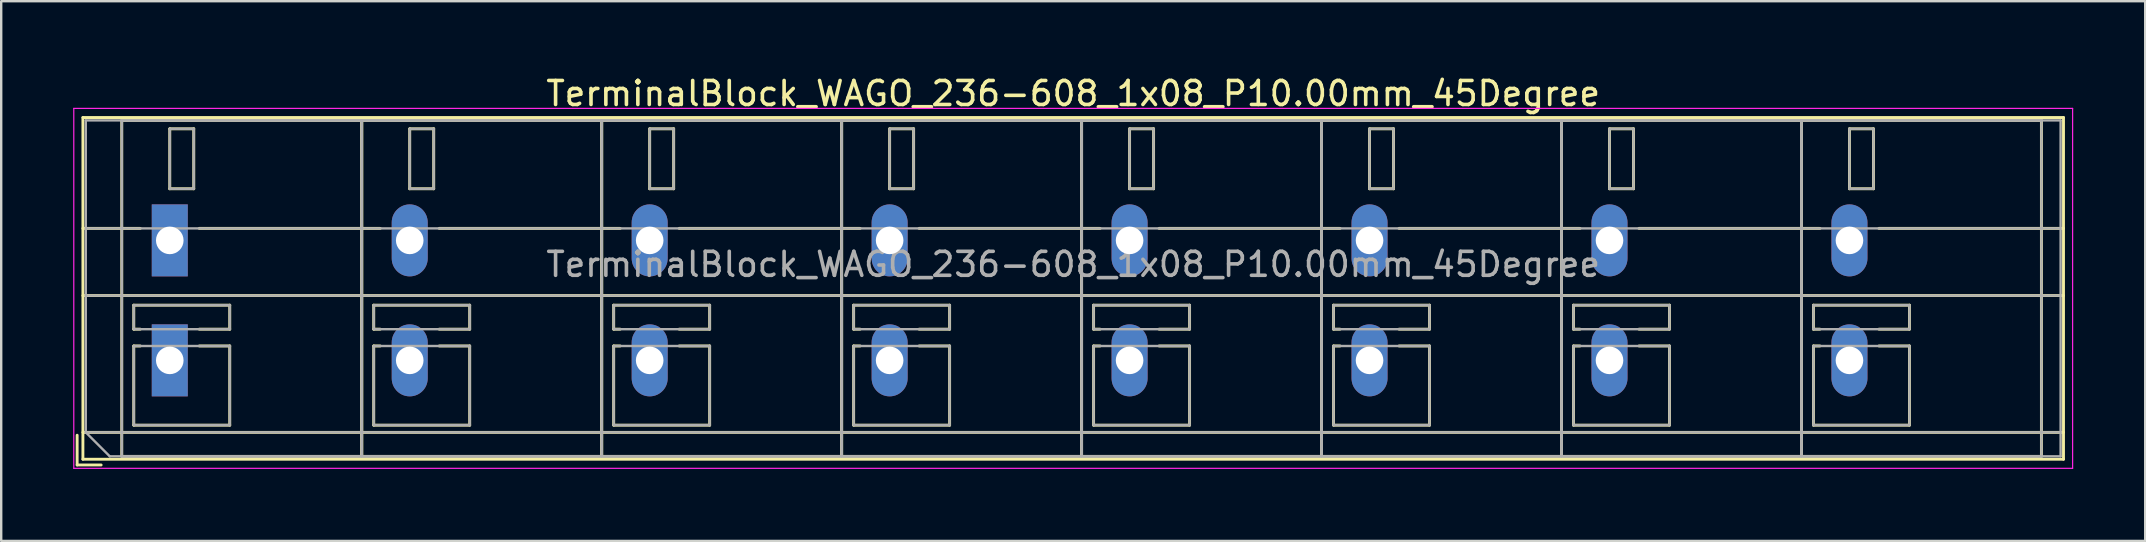
<source format=kicad_pcb>
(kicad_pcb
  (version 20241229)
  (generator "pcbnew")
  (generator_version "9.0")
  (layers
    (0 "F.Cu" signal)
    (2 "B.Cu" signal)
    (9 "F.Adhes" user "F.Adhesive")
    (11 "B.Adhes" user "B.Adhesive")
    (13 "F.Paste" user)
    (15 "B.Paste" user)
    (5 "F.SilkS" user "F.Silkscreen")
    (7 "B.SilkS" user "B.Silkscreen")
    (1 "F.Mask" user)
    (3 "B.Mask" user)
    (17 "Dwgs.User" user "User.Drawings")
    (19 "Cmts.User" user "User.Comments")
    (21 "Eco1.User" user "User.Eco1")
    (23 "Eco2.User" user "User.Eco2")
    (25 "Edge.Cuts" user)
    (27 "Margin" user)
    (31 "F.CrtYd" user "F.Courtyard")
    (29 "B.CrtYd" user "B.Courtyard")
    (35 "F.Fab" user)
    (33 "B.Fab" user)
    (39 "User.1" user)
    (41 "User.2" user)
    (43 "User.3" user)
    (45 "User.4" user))
  (footprint "TerminalBlock_WAGO_236-608_1x08_P10.00mm_45Degree"
    (layer "F.Cu")
    (at 4.025 6.968)
    (property "Reference" "TerminalBlock_WAGO_236-608_1x08_P10.00mm_45Degree" (at 37.65 -6.12 0) (layer "F.SilkS") (effects (font (size 1 1) (thickness 0.15))))
    (attr through_hole)
    (fp_line (start -3.86 8.12) (end -3.86 9.36) (stroke (width 0.12) (type solid)) (layer "F.SilkS"))
    (fp_line (start -3.86 9.36) (end -2.86 9.36) (stroke (width 0.12) (type solid)) (layer "F.SilkS"))
    (fp_line (start -3.62 -5.12) (end -3.62 9.12) (stroke (width 0.12) (type solid)) (layer "F.SilkS"))
    (fp_line (start -3.62 -5.12) (end 78.92 -5.12) (stroke (width 0.12) (type solid)) (layer "F.SilkS"))
    (fp_line (start -3.62 -0.5) (end -1.23 -0.5) (stroke (width 0.12) (type solid)) (layer "F.SilkS"))
    (fp_line (start -3.62 2.3) (end 78.92 2.3) (stroke (width 0.12) (type solid)) (layer "F.SilkS"))
    (fp_line (start -3.62 8) (end 78.92 8) (stroke (width 0.12) (type solid)) (layer "F.SilkS"))
    (fp_line (start -3.62 9.12) (end 78.92 9.12) (stroke (width 0.12) (type solid)) (layer "F.SilkS"))
    (fp_line (start -2 -5) (end -2 9) (stroke (width 0.12) (type solid)) (layer "F.SilkS"))
    (fp_line (start -2 -5) (end 8 -5) (stroke (width 0.12) (type solid)) (layer "F.SilkS"))
    (fp_line (start -2 9) (end 8 9) (stroke (width 0.12) (type solid)) (layer "F.SilkS"))
    (fp_line (start -1.5 2.7) (end -1.5 3.7) (stroke (width 0.12) (type solid)) (layer "F.SilkS"))
    (fp_line (start -1.5 2.7) (end 2.5 2.7) (stroke (width 0.12) (type solid)) (layer "F.SilkS"))
    (fp_line (start -1.5 3.7) (end -1.23 3.7) (stroke (width 0.12) (type solid)) (layer "F.SilkS"))
    (fp_line (start -1.5 4.4) (end -1.5 7.7) (stroke (width 0.12) (type solid)) (layer "F.SilkS"))
    (fp_line (start -1.5 4.4) (end -1.23 4.4) (stroke (width 0.12) (type solid)) (layer "F.SilkS"))
    (fp_line (start -1.5 7.7) (end 2.5 7.7) (stroke (width 0.12) (type solid)) (layer "F.SilkS"))
    (fp_line (start 0 -4.65) (end 0 -2.151) (stroke (width 0.12) (type solid)) (layer "F.SilkS"))
    (fp_line (start 0 -4.65) (end 1 -4.65) (stroke (width 0.12) (type solid)) (layer "F.SilkS"))
    (fp_line (start 0 -2.151) (end 1 -2.151) (stroke (width 0.12) (type solid)) (layer "F.SilkS"))
    (fp_line (start 1 -4.65) (end 1 -2.151) (stroke (width 0.12) (type solid)) (layer "F.SilkS"))
    (fp_line (start 1.23 -0.5) (end 8.77 -0.5) (stroke (width 0.12) (type solid)) (layer "F.SilkS"))
    (fp_line (start 1.23 3.7) (end 2.5 3.7) (stroke (width 0.12) (type solid)) (layer "F.SilkS"))
    (fp_line (start 1.23 4.4) (end 2.5 4.4) (stroke (width 0.12) (type solid)) (layer "F.SilkS"))
    (fp_line (start 2.5 2.7) (end 2.5 3.7) (stroke (width 0.12) (type solid)) (layer "F.SilkS"))
    (fp_line (start 2.5 4.4) (end 2.5 7.7) (stroke (width 0.12) (type solid)) (layer "F.SilkS"))
    (fp_line (start 8 -5) (end 8 9) (stroke (width 0.12) (type solid)) (layer "F.SilkS"))
    (fp_line (start 8 -5) (end 8 9) (stroke (width 0.12) (type solid)) (layer "F.SilkS"))
    (fp_line (start 8 -5) (end 18 -5) (stroke (width 0.12) (type solid)) (layer "F.SilkS"))
    (fp_line (start 8 9) (end 18 9) (stroke (width 0.12) (type solid)) (layer "F.SilkS"))
    (fp_line (start 8.5 2.7) (end 8.5 3.7) (stroke (width 0.12) (type solid)) (layer "F.SilkS"))
    (fp_line (start 8.5 2.7) (end 12.5 2.7) (stroke (width 0.12) (type solid)) (layer "F.SilkS"))
    (fp_line (start 8.5 3.7) (end 8.77 3.7) (stroke (width 0.12) (type solid)) (layer "F.SilkS"))
    (fp_line (start 8.5 4.4) (end 8.5 7.7) (stroke (width 0.12) (type solid)) (layer "F.SilkS"))
    (fp_line (start 8.5 4.4) (end 8.77 4.4) (stroke (width 0.12) (type solid)) (layer "F.SilkS"))
    (fp_line (start 8.5 7.7) (end 12.5 7.7) (stroke (width 0.12) (type solid)) (layer "F.SilkS"))
    (fp_line (start 10 -4.65) (end 10 -2.151) (stroke (width 0.12) (type solid)) (layer "F.SilkS"))
    (fp_line (start 10 -4.65) (end 11 -4.65) (stroke (width 0.12) (type solid)) (layer "F.SilkS"))
    (fp_line (start 10 -2.151) (end 11 -2.151) (stroke (width 0.12) (type solid)) (layer "F.SilkS"))
    (fp_line (start 11 -4.65) (end 11 -2.151) (stroke (width 0.12) (type solid)) (layer "F.SilkS"))
    (fp_line (start 11.23 -0.5) (end 18.77 -0.5) (stroke (width 0.12) (type solid)) (layer "F.SilkS"))
    (fp_line (start 11.23 3.7) (end 12.5 3.7) (stroke (width 0.12) (type solid)) (layer "F.SilkS"))
    (fp_line (start 11.23 4.4) (end 12.5 4.4) (stroke (width 0.12) (type solid)) (layer "F.SilkS"))
    (fp_line (start 12.5 2.7) (end 12.5 3.7) (stroke (width 0.12) (type solid)) (layer "F.SilkS"))
    (fp_line (start 12.5 4.4) (end 12.5 7.7) (stroke (width 0.12) (type solid)) (layer "F.SilkS"))
    (fp_line (start 18 -5) (end 18 9) (stroke (width 0.12) (type solid)) (layer "F.SilkS"))
    (fp_line (start 18 -5) (end 18 9) (stroke (width 0.12) (type solid)) (layer "F.SilkS"))
    (fp_line (start 18 -5) (end 28 -5) (stroke (width 0.12) (type solid)) (layer "F.SilkS"))
    (fp_line (start 18 9) (end 28 9) (stroke (width 0.12) (type solid)) (layer "F.SilkS"))
    (fp_line (start 18.5 2.7) (end 18.5 3.7) (stroke (width 0.12) (type solid)) (layer "F.SilkS"))
    (fp_line (start 18.5 2.7) (end 22.5 2.7) (stroke (width 0.12) (type solid)) (layer "F.SilkS"))
    (fp_line (start 18.5 3.7) (end 18.77 3.7) (stroke (width 0.12) (type solid)) (layer "F.SilkS"))
    (fp_line (start 18.5 4.4) (end 18.5 7.7) (stroke (width 0.12) (type solid)) (layer "F.SilkS"))
    (fp_line (start 18.5 4.4) (end 18.77 4.4) (stroke (width 0.12) (type solid)) (layer "F.SilkS"))
    (fp_line (start 18.5 7.7) (end 22.5 7.7) (stroke (width 0.12) (type solid)) (layer "F.SilkS"))
    (fp_line (start 20 -4.65) (end 20 -2.151) (stroke (width 0.12) (type solid)) (layer "F.SilkS"))
    (fp_line (start 20 -4.65) (end 21 -4.65) (stroke (width 0.12) (type solid)) (layer "F.SilkS"))
    (fp_line (start 20 -2.151) (end 21 -2.151) (stroke (width 0.12) (type solid)) (layer "F.SilkS"))
    (fp_line (start 21 -4.65) (end 21 -2.151) (stroke (width 0.12) (type solid)) (layer "F.SilkS"))
    (fp_line (start 21.23 -0.5) (end 28.77 -0.5) (stroke (width 0.12) (type solid)) (layer "F.SilkS"))
    (fp_line (start 21.23 3.7) (end 22.5 3.7) (stroke (width 0.12) (type solid)) (layer "F.SilkS"))
    (fp_line (start 21.23 4.4) (end 22.5 4.4) (stroke (width 0.12) (type solid)) (layer "F.SilkS"))
    (fp_line (start 22.5 2.7) (end 22.5 3.7) (stroke (width 0.12) (type solid)) (layer "F.SilkS"))
    (fp_line (start 22.5 4.4) (end 22.5 7.7) (stroke (width 0.12) (type solid)) (layer "F.SilkS"))
    (fp_line (start 28 -5) (end 28 9) (stroke (width 0.12) (type solid)) (layer "F.SilkS"))
    (fp_line (start 28 -5) (end 28 9) (stroke (width 0.12) (type solid)) (layer "F.SilkS"))
    (fp_line (start 28 -5) (end 38 -5) (stroke (width 0.12) (type solid)) (layer "F.SilkS"))
    (fp_line (start 28 9) (end 38 9) (stroke (width 0.12) (type solid)) (layer "F.SilkS"))
    (fp_line (start 28.5 2.7) (end 28.5 3.7) (stroke (width 0.12) (type solid)) (layer "F.SilkS"))
    (fp_line (start 28.5 2.7) (end 32.5 2.7) (stroke (width 0.12) (type solid)) (layer "F.SilkS"))
    (fp_line (start 28.5 3.7) (end 28.77 3.7) (stroke (width 0.12) (type solid)) (layer "F.SilkS"))
    (fp_line (start 28.5 4.4) (end 28.5 7.7) (stroke (width 0.12) (type solid)) (layer "F.SilkS"))
    (fp_line (start 28.5 4.4) (end 28.77 4.4) (stroke (width 0.12) (type solid)) (layer "F.SilkS"))
    (fp_line (start 28.5 7.7) (end 32.5 7.7) (stroke (width 0.12) (type solid)) (layer "F.SilkS"))
    (fp_line (start 30 -4.65) (end 30 -2.151) (stroke (width 0.12) (type solid)) (layer "F.SilkS"))
    (fp_line (start 30 -4.65) (end 31 -4.65) (stroke (width 0.12) (type solid)) (layer "F.SilkS"))
    (fp_line (start 30 -2.151) (end 31 -2.151) (stroke (width 0.12) (type solid)) (layer "F.SilkS"))
    (fp_line (start 31 -4.65) (end 31 -2.151) (stroke (width 0.12) (type solid)) (layer "F.SilkS"))
    (fp_line (start 31.23 -0.5) (end 38.77 -0.5) (stroke (width 0.12) (type solid)) (layer "F.SilkS"))
    (fp_line (start 31.23 3.7) (end 32.5 3.7) (stroke (width 0.12) (type solid)) (layer "F.SilkS"))
    (fp_line (start 31.23 4.4) (end 32.5 4.4) (stroke (width 0.12) (type solid)) (layer "F.SilkS"))
    (fp_line (start 32.5 2.7) (end 32.5 3.7) (stroke (width 0.12) (type solid)) (layer "F.SilkS"))
    (fp_line (start 32.5 4.4) (end 32.5 7.7) (stroke (width 0.12) (type solid)) (layer "F.SilkS"))
    (fp_line (start 38 -5) (end 38 9) (stroke (width 0.12) (type solid)) (layer "F.SilkS"))
    (fp_line (start 38 -5) (end 38 9) (stroke (width 0.12) (type solid)) (layer "F.SilkS"))
    (fp_line (start 38 -5) (end 48 -5) (stroke (width 0.12) (type solid)) (layer "F.SilkS"))
    (fp_line (start 38 9) (end 48 9) (stroke (width 0.12) (type solid)) (layer "F.SilkS"))
    (fp_line (start 38.5 2.7) (end 38.5 3.7) (stroke (width 0.12) (type solid)) (layer "F.SilkS"))
    (fp_line (start 38.5 2.7) (end 42.5 2.7) (stroke (width 0.12) (type solid)) (layer "F.SilkS"))
    (fp_line (start 38.5 3.7) (end 38.77 3.7) (stroke (width 0.12) (type solid)) (layer "F.SilkS"))
    (fp_line (start 38.5 4.4) (end 38.5 7.7) (stroke (width 0.12) (type solid)) (layer "F.SilkS"))
    (fp_line (start 38.5 4.4) (end 38.77 4.4) (stroke (width 0.12) (type solid)) (layer "F.SilkS"))
    (fp_line (start 38.5 7.7) (end 42.5 7.7) (stroke (width 0.12) (type solid)) (layer "F.SilkS"))
    (fp_line (start 40 -4.65) (end 40 -2.151) (stroke (width 0.12) (type solid)) (layer "F.SilkS"))
    (fp_line (start 40 -4.65) (end 41 -4.65) (stroke (width 0.12) (type solid)) (layer "F.SilkS"))
    (fp_line (start 40 -2.151) (end 41 -2.151) (stroke (width 0.12) (type solid)) (layer "F.SilkS"))
    (fp_line (start 41 -4.65) (end 41 -2.151) (stroke (width 0.12) (type solid)) (layer "F.SilkS"))
    (fp_line (start 41.23 -0.5) (end 48.77 -0.5) (stroke (width 0.12) (type solid)) (layer "F.SilkS"))
    (fp_line (start 41.23 3.7) (end 42.5 3.7) (stroke (width 0.12) (type solid)) (layer "F.SilkS"))
    (fp_line (start 41.23 4.4) (end 42.5 4.4) (stroke (width 0.12) (type solid)) (layer "F.SilkS"))
    (fp_line (start 42.5 2.7) (end 42.5 3.7) (stroke (width 0.12) (type solid)) (layer "F.SilkS"))
    (fp_line (start 42.5 4.4) (end 42.5 7.7) (stroke (width 0.12) (type solid)) (layer "F.SilkS"))
    (fp_line (start 48 -5) (end 48 9) (stroke (width 0.12) (type solid)) (layer "F.SilkS"))
    (fp_line (start 48 -5) (end 48 9) (stroke (width 0.12) (type solid)) (layer "F.SilkS"))
    (fp_line (start 48 -5) (end 58 -5) (stroke (width 0.12) (type solid)) (layer "F.SilkS"))
    (fp_line (start 48 9) (end 58 9) (stroke (width 0.12) (type solid)) (layer "F.SilkS"))
    (fp_line (start 48.5 2.7) (end 48.5 3.7) (stroke (width 0.12) (type solid)) (layer "F.SilkS"))
    (fp_line (start 48.5 2.7) (end 52.5 2.7) (stroke (width 0.12) (type solid)) (layer "F.SilkS"))
    (fp_line (start 48.5 3.7) (end 48.77 3.7) (stroke (width 0.12) (type solid)) (layer "F.SilkS"))
    (fp_line (start 48.5 4.4) (end 48.5 7.7) (stroke (width 0.12) (type solid)) (layer "F.SilkS"))
    (fp_line (start 48.5 4.4) (end 48.77 4.4) (stroke (width 0.12) (type solid)) (layer "F.SilkS"))
    (fp_line (start 48.5 7.7) (end 52.5 7.7) (stroke (width 0.12) (type solid)) (layer "F.SilkS"))
    (fp_line (start 50 -4.65) (end 50 -2.151) (stroke (width 0.12) (type solid)) (layer "F.SilkS"))
    (fp_line (start 50 -4.65) (end 51 -4.65) (stroke (width 0.12) (type solid)) (layer "F.SilkS"))
    (fp_line (start 50 -2.151) (end 51 -2.151) (stroke (width 0.12) (type solid)) (layer "F.SilkS"))
    (fp_line (start 51 -4.65) (end 51 -2.151) (stroke (width 0.12) (type solid)) (layer "F.SilkS"))
    (fp_line (start 51.23 -0.5) (end 58.77 -0.5) (stroke (width 0.12) (type solid)) (layer "F.SilkS"))
    (fp_line (start 51.23 3.7) (end 52.5 3.7) (stroke (width 0.12) (type solid)) (layer "F.SilkS"))
    (fp_line (start 51.23 4.4) (end 52.5 4.4) (stroke (width 0.12) (type solid)) (layer "F.SilkS"))
    (fp_line (start 52.5 2.7) (end 52.5 3.7) (stroke (width 0.12) (type solid)) (layer "F.SilkS"))
    (fp_line (start 52.5 4.4) (end 52.5 7.7) (stroke (width 0.12) (type solid)) (layer "F.SilkS"))
    (fp_line (start 58 -5) (end 58 9) (stroke (width 0.12) (type solid)) (layer "F.SilkS"))
    (fp_line (start 58 -5) (end 58 9) (stroke (width 0.12) (type solid)) (layer "F.SilkS"))
    (fp_line (start 58 -5) (end 68 -5) (stroke (width 0.12) (type solid)) (layer "F.SilkS"))
    (fp_line (start 58 9) (end 68 9) (stroke (width 0.12) (type solid)) (layer "F.SilkS"))
    (fp_line (start 58.5 2.7) (end 58.5 3.7) (stroke (width 0.12) (type solid)) (layer "F.SilkS"))
    (fp_line (start 58.5 2.7) (end 62.5 2.7) (stroke (width 0.12) (type solid)) (layer "F.SilkS"))
    (fp_line (start 58.5 3.7) (end 58.77 3.7) (stroke (width 0.12) (type solid)) (layer "F.SilkS"))
    (fp_line (start 58.5 4.4) (end 58.5 7.7) (stroke (width 0.12) (type solid)) (layer "F.SilkS"))
    (fp_line (start 58.5 4.4) (end 58.77 4.4) (stroke (width 0.12) (type solid)) (layer "F.SilkS"))
    (fp_line (start 58.5 7.7) (end 62.5 7.7) (stroke (width 0.12) (type solid)) (layer "F.SilkS"))
    (fp_line (start 60 -4.65) (end 60 -2.151) (stroke (width 0.12) (type solid)) (layer "F.SilkS"))
    (fp_line (start 60 -4.65) (end 61 -4.65) (stroke (width 0.12) (type solid)) (layer "F.SilkS"))
    (fp_line (start 60 -2.151) (end 61 -2.151) (stroke (width 0.12) (type solid)) (layer "F.SilkS"))
    (fp_line (start 61 -4.65) (end 61 -2.151) (stroke (width 0.12) (type solid)) (layer "F.SilkS"))
    (fp_line (start 61.23 -0.5) (end 68.77 -0.5) (stroke (width 0.12) (type solid)) (layer "F.SilkS"))
    (fp_line (start 61.23 3.7) (end 62.5 3.7) (stroke (width 0.12) (type solid)) (layer "F.SilkS"))
    (fp_line (start 61.23 4.4) (end 62.5 4.4) (stroke (width 0.12) (type solid)) (layer "F.SilkS"))
    (fp_line (start 62.5 2.7) (end 62.5 3.7) (stroke (width 0.12) (type solid)) (layer "F.SilkS"))
    (fp_line (start 62.5 4.4) (end 62.5 7.7) (stroke (width 0.12) (type solid)) (layer "F.SilkS"))
    (fp_line (start 68 -5) (end 68 9) (stroke (width 0.12) (type solid)) (layer "F.SilkS"))
    (fp_line (start 68 -5) (end 68 9) (stroke (width 0.12) (type solid)) (layer "F.SilkS"))
    (fp_line (start 68 -5) (end 78 -5) (stroke (width 0.12) (type solid)) (layer "F.SilkS"))
    (fp_line (start 68 9) (end 78 9) (stroke (width 0.12) (type solid)) (layer "F.SilkS"))
    (fp_line (start 68.5 2.7) (end 68.5 3.7) (stroke (width 0.12) (type solid)) (layer "F.SilkS"))
    (fp_line (start 68.5 2.7) (end 72.5 2.7) (stroke (width 0.12) (type solid)) (layer "F.SilkS"))
    (fp_line (start 68.5 3.7) (end 68.77 3.7) (stroke (width 0.12) (type solid)) (layer "F.SilkS"))
    (fp_line (start 68.5 4.4) (end 68.5 7.7) (stroke (width 0.12) (type solid)) (layer "F.SilkS"))
    (fp_line (start 68.5 4.4) (end 68.77 4.4) (stroke (width 0.12) (type solid)) (layer "F.SilkS"))
    (fp_line (start 68.5 7.7) (end 72.5 7.7) (stroke (width 0.12) (type solid)) (layer "F.SilkS"))
    (fp_line (start 70 -4.65) (end 70 -2.151) (stroke (width 0.12) (type solid)) (layer "F.SilkS"))
    (fp_line (start 70 -4.65) (end 71 -4.65) (stroke (width 0.12) (type solid)) (layer "F.SilkS"))
    (fp_line (start 70 -2.151) (end 71 -2.151) (stroke (width 0.12) (type solid)) (layer "F.SilkS"))
    (fp_line (start 71 -4.65) (end 71 -2.151) (stroke (width 0.12) (type solid)) (layer "F.SilkS"))
    (fp_line (start 71.23 -0.5) (end 78.92 -0.5) (stroke (width 0.12) (type solid)) (layer "F.SilkS"))
    (fp_line (start 71.23 3.7) (end 72.5 3.7) (stroke (width 0.12) (type solid)) (layer "F.SilkS"))
    (fp_line (start 71.23 4.4) (end 72.5 4.4) (stroke (width 0.12) (type solid)) (layer "F.SilkS"))
    (fp_line (start 72.5 2.7) (end 72.5 3.7) (stroke (width 0.12) (type solid)) (layer "F.SilkS"))
    (fp_line (start 72.5 4.4) (end 72.5 7.7) (stroke (width 0.12) (type solid)) (layer "F.SilkS"))
    (fp_line (start 78 -5) (end 78 9) (stroke (width 0.12) (type solid)) (layer "F.SilkS"))
    (fp_line (start 78.92 -5.12) (end 78.92 9.12) (stroke (width 0.12) (type solid)) (layer "F.SilkS"))
    (fp_line (start -4 -5.5) (end -4 9.5) (stroke (width 0.05) (type solid)) (layer "F.CrtYd"))
    (fp_line (start -4 9.5) (end 79.3 9.5) (stroke (width 0.05) (type solid)) (layer "F.CrtYd"))
    (fp_line (start 79.3 -5.5) (end -4 -5.5) (stroke (width 0.05) (type solid)) (layer "F.CrtYd"))
    (fp_line (start 79.3 9.5) (end 79.3 -5.5) (stroke (width 0.05) (type solid)) (layer "F.CrtYd"))
    (fp_line (start -3.5 -5) (end 78.8 -5) (stroke (width 0.1) (type solid)) (layer "F.Fab"))
    (fp_line (start -3.5 -0.5) (end 78.8 -0.5) (stroke (width 0.1) (type solid)) (layer "F.Fab"))
    (fp_line (start -3.5 2.3) (end 78.8 2.3) (stroke (width 0.1) (type solid)) (layer "F.Fab"))
    (fp_line (start -3.5 8) (end -3.5 -5) (stroke (width 0.1) (type solid)) (layer "F.Fab"))
    (fp_line (start -3.5 8) (end 78.8 8) (stroke (width 0.1) (type solid)) (layer "F.Fab"))
    (fp_line (start -2.5 9) (end -3.5 8) (stroke (width 0.1) (type solid)) (layer "F.Fab"))
    (fp_line (start -2 -5) (end -2 9) (stroke (width 0.1) (type solid)) (layer "F.Fab"))
    (fp_line (start -2 9) (end 8 9) (stroke (width 0.1) (type solid)) (layer "F.Fab"))
    (fp_line (start -1.5 2.7) (end -1.5 3.7) (stroke (width 0.1) (type solid)) (layer "F.Fab"))
    (fp_line (start -1.5 3.7) (end 2.5 3.7) (stroke (width 0.1) (type solid)) (layer "F.Fab"))
    (fp_line (start -1.5 4.4) (end -1.5 7.7) (stroke (width 0.1) (type solid)) (layer "F.Fab"))
    (fp_line (start -1.5 7.7) (end 2.5 7.7) (stroke (width 0.1) (type solid)) (layer "F.Fab"))
    (fp_line (start 0 -4.65) (end 0 -2.15) (stroke (width 0.1) (type solid)) (layer "F.Fab"))
    (fp_line (start 0 -2.15) (end 1 -2.15) (stroke (width 0.1) (type solid)) (layer "F.Fab"))
    (fp_line (start 1 -4.65) (end 0 -4.65) (stroke (width 0.1) (type solid)) (layer "F.Fab"))
    (fp_line (start 1 -2.15) (end 1 -4.65) (stroke (width 0.1) (type solid)) (layer "F.Fab"))
    (fp_line (start 2.5 2.7) (end -1.5 2.7) (stroke (width 0.1) (type solid)) (layer "F.Fab"))
    (fp_line (start 2.5 3.7) (end 2.5 2.7) (stroke (width 0.1) (type solid)) (layer "F.Fab"))
    (fp_line (start 2.5 4.4) (end -1.5 4.4) (stroke (width 0.1) (type solid)) (layer "F.Fab"))
    (fp_line (start 2.5 7.7) (end 2.5 4.4) (stroke (width 0.1) (type solid)) (layer "F.Fab"))
    (fp_line (start 8 -5) (end -2 -5) (stroke (width 0.1) (type solid)) (layer "F.Fab"))
    (fp_line (start 8 -5) (end 8 9) (stroke (width 0.1) (type solid)) (layer "F.Fab"))
    (fp_line (start 8 9) (end 8 -5) (stroke (width 0.1) (type solid)) (layer "F.Fab"))
    (fp_line (start 8 9) (end 18 9) (stroke (width 0.1) (type solid)) (layer "F.Fab"))
    (fp_line (start 8.5 2.7) (end 8.5 3.7) (stroke (width 0.1) (type solid)) (layer "F.Fab"))
    (fp_line (start 8.5 3.7) (end 12.5 3.7) (stroke (width 0.1) (type solid)) (layer "F.Fab"))
    (fp_line (start 8.5 4.4) (end 8.5 7.7) (stroke (width 0.1) (type solid)) (layer "F.Fab"))
    (fp_line (start 8.5 7.7) (end 12.5 7.7) (stroke (width 0.1) (type solid)) (layer "F.Fab"))
    (fp_line (start 10 -4.65) (end 10 -2.15) (stroke (width 0.1) (type solid)) (layer "F.Fab"))
    (fp_line (start 10 -2.15) (end 11 -2.15) (stroke (width 0.1) (type solid)) (layer "F.Fab"))
    (fp_line (start 11 -4.65) (end 10 -4.65) (stroke (width 0.1) (type solid)) (layer "F.Fab"))
    (fp_line (start 11 -2.15) (end 11 -4.65) (stroke (width 0.1) (type solid)) (layer "F.Fab"))
    (fp_line (start 12.5 2.7) (end 8.5 2.7) (stroke (width 0.1) (type solid)) (layer "F.Fab"))
    (fp_line (start 12.5 3.7) (end 12.5 2.7) (stroke (width 0.1) (type solid)) (layer "F.Fab"))
    (fp_line (start 12.5 4.4) (end 8.5 4.4) (stroke (width 0.1) (type solid)) (layer "F.Fab"))
    (fp_line (start 12.5 7.7) (end 12.5 4.4) (stroke (width 0.1) (type solid)) (layer "F.Fab"))
    (fp_line (start 18 -5) (end 8 -5) (stroke (width 0.1) (type solid)) (layer "F.Fab"))
    (fp_line (start 18 -5) (end 18 9) (stroke (width 0.1) (type solid)) (layer "F.Fab"))
    (fp_line (start 18 9) (end 18 -5) (stroke (width 0.1) (type solid)) (layer "F.Fab"))
    (fp_line (start 18 9) (end 28 9) (stroke (width 0.1) (type solid)) (layer "F.Fab"))
    (fp_line (start 18.5 2.7) (end 18.5 3.7) (stroke (width 0.1) (type solid)) (layer "F.Fab"))
    (fp_line (start 18.5 3.7) (end 22.5 3.7) (stroke (width 0.1) (type solid)) (layer "F.Fab"))
    (fp_line (start 18.5 4.4) (end 18.5 7.7) (stroke (width 0.1) (type solid)) (layer "F.Fab"))
    (fp_line (start 18.5 7.7) (end 22.5 7.7) (stroke (width 0.1) (type solid)) (layer "F.Fab"))
    (fp_line (start 20 -4.65) (end 20 -2.15) (stroke (width 0.1) (type solid)) (layer "F.Fab"))
    (fp_line (start 20 -2.15) (end 21 -2.15) (stroke (width 0.1) (type solid)) (layer "F.Fab"))
    (fp_line (start 21 -4.65) (end 20 -4.65) (stroke (width 0.1) (type solid)) (layer "F.Fab"))
    (fp_line (start 21 -2.15) (end 21 -4.65) (stroke (width 0.1) (type solid)) (layer "F.Fab"))
    (fp_line (start 22.5 2.7) (end 18.5 2.7) (stroke (width 0.1) (type solid)) (layer "F.Fab"))
    (fp_line (start 22.5 3.7) (end 22.5 2.7) (stroke (width 0.1) (type solid)) (layer "F.Fab"))
    (fp_line (start 22.5 4.4) (end 18.5 4.4) (stroke (width 0.1) (type solid)) (layer "F.Fab"))
    (fp_line (start 22.5 7.7) (end 22.5 4.4) (stroke (width 0.1) (type solid)) (layer "F.Fab"))
    (fp_line (start 28 -5) (end 18 -5) (stroke (width 0.1) (type solid)) (layer "F.Fab"))
    (fp_line (start 28 -5) (end 28 9) (stroke (width 0.1) (type solid)) (layer "F.Fab"))
    (fp_line (start 28 9) (end 28 -5) (stroke (width 0.1) (type solid)) (layer "F.Fab"))
    (fp_line (start 28 9) (end 38 9) (stroke (width 0.1) (type solid)) (layer "F.Fab"))
    (fp_line (start 28.5 2.7) (end 28.5 3.7) (stroke (width 0.1) (type solid)) (layer "F.Fab"))
    (fp_line (start 28.5 3.7) (end 32.5 3.7) (stroke (width 0.1) (type solid)) (layer "F.Fab"))
    (fp_line (start 28.5 4.4) (end 28.5 7.7) (stroke (width 0.1) (type solid)) (layer "F.Fab"))
    (fp_line (start 28.5 7.7) (end 32.5 7.7) (stroke (width 0.1) (type solid)) (layer "F.Fab"))
    (fp_line (start 30 -4.65) (end 30 -2.15) (stroke (width 0.1) (type solid)) (layer "F.Fab"))
    (fp_line (start 30 -2.15) (end 31 -2.15) (stroke (width 0.1) (type solid)) (layer "F.Fab"))
    (fp_line (start 31 -4.65) (end 30 -4.65) (stroke (width 0.1) (type solid)) (layer "F.Fab"))
    (fp_line (start 31 -2.15) (end 31 -4.65) (stroke (width 0.1) (type solid)) (layer "F.Fab"))
    (fp_line (start 32.5 2.7) (end 28.5 2.7) (stroke (width 0.1) (type solid)) (layer "F.Fab"))
    (fp_line (start 32.5 3.7) (end 32.5 2.7) (stroke (width 0.1) (type solid)) (layer "F.Fab"))
    (fp_line (start 32.5 4.4) (end 28.5 4.4) (stroke (width 0.1) (type solid)) (layer "F.Fab"))
    (fp_line (start 32.5 7.7) (end 32.5 4.4) (stroke (width 0.1) (type solid)) (layer "F.Fab"))
    (fp_line (start 38 -5) (end 28 -5) (stroke (width 0.1) (type solid)) (layer "F.Fab"))
    (fp_line (start 38 -5) (end 38 9) (stroke (width 0.1) (type solid)) (layer "F.Fab"))
    (fp_line (start 38 9) (end 38 -5) (stroke (width 0.1) (type solid)) (layer "F.Fab"))
    (fp_line (start 38 9) (end 48 9) (stroke (width 0.1) (type solid)) (layer "F.Fab"))
    (fp_line (start 38.5 2.7) (end 38.5 3.7) (stroke (width 0.1) (type solid)) (layer "F.Fab"))
    (fp_line (start 38.5 3.7) (end 42.5 3.7) (stroke (width 0.1) (type solid)) (layer "F.Fab"))
    (fp_line (start 38.5 4.4) (end 38.5 7.7) (stroke (width 0.1) (type solid)) (layer "F.Fab"))
    (fp_line (start 38.5 7.7) (end 42.5 7.7) (stroke (width 0.1) (type solid)) (layer "F.Fab"))
    (fp_line (start 40 -4.65) (end 40 -2.15) (stroke (width 0.1) (type solid)) (layer "F.Fab"))
    (fp_line (start 40 -2.15) (end 41 -2.15) (stroke (width 0.1) (type solid)) (layer "F.Fab"))
    (fp_line (start 41 -4.65) (end 40 -4.65) (stroke (width 0.1) (type solid)) (layer "F.Fab"))
    (fp_line (start 41 -2.15) (end 41 -4.65) (stroke (width 0.1) (type solid)) (layer "F.Fab"))
    (fp_line (start 42.5 2.7) (end 38.5 2.7) (stroke (width 0.1) (type solid)) (layer "F.Fab"))
    (fp_line (start 42.5 3.7) (end 42.5 2.7) (stroke (width 0.1) (type solid)) (layer "F.Fab"))
    (fp_line (start 42.5 4.4) (end 38.5 4.4) (stroke (width 0.1) (type solid)) (layer "F.Fab"))
    (fp_line (start 42.5 7.7) (end 42.5 4.4) (stroke (width 0.1) (type solid)) (layer "F.Fab"))
    (fp_line (start 48 -5) (end 38 -5) (stroke (width 0.1) (type solid)) (layer "F.Fab"))
    (fp_line (start 48 -5) (end 48 9) (stroke (width 0.1) (type solid)) (layer "F.Fab"))
    (fp_line (start 48 9) (end 48 -5) (stroke (width 0.1) (type solid)) (layer "F.Fab"))
    (fp_line (start 48 9) (end 58 9) (stroke (width 0.1) (type solid)) (layer "F.Fab"))
    (fp_line (start 48.5 2.7) (end 48.5 3.7) (stroke (width 0.1) (type solid)) (layer "F.Fab"))
    (fp_line (start 48.5 3.7) (end 52.5 3.7) (stroke (width 0.1) (type solid)) (layer "F.Fab"))
    (fp_line (start 48.5 4.4) (end 48.5 7.7) (stroke (width 0.1) (type solid)) (layer "F.Fab"))
    (fp_line (start 48.5 7.7) (end 52.5 7.7) (stroke (width 0.1) (type solid)) (layer "F.Fab"))
    (fp_line (start 50 -4.65) (end 50 -2.15) (stroke (width 0.1) (type solid)) (layer "F.Fab"))
    (fp_line (start 50 -2.15) (end 51 -2.15) (stroke (width 0.1) (type solid)) (layer "F.Fab"))
    (fp_line (start 51 -4.65) (end 50 -4.65) (stroke (width 0.1) (type solid)) (layer "F.Fab"))
    (fp_line (start 51 -2.15) (end 51 -4.65) (stroke (width 0.1) (type solid)) (layer "F.Fab"))
    (fp_line (start 52.5 2.7) (end 48.5 2.7) (stroke (width 0.1) (type solid)) (layer "F.Fab"))
    (fp_line (start 52.5 3.7) (end 52.5 2.7) (stroke (width 0.1) (type solid)) (layer "F.Fab"))
    (fp_line (start 52.5 4.4) (end 48.5 4.4) (stroke (width 0.1) (type solid)) (layer "F.Fab"))
    (fp_line (start 52.5 7.7) (end 52.5 4.4) (stroke (width 0.1) (type solid)) (layer "F.Fab"))
    (fp_line (start 58 -5) (end 48 -5) (stroke (width 0.1) (type solid)) (layer "F.Fab"))
    (fp_line (start 58 -5) (end 58 9) (stroke (width 0.1) (type solid)) (layer "F.Fab"))
    (fp_line (start 58 9) (end 58 -5) (stroke (width 0.1) (type solid)) (layer "F.Fab"))
    (fp_line (start 58 9) (end 68 9) (stroke (width 0.1) (type solid)) (layer "F.Fab"))
    (fp_line (start 58.5 2.7) (end 58.5 3.7) (stroke (width 0.1) (type solid)) (layer "F.Fab"))
    (fp_line (start 58.5 3.7) (end 62.5 3.7) (stroke (width 0.1) (type solid)) (layer "F.Fab"))
    (fp_line (start 58.5 4.4) (end 58.5 7.7) (stroke (width 0.1) (type solid)) (layer "F.Fab"))
    (fp_line (start 58.5 7.7) (end 62.5 7.7) (stroke (width 0.1) (type solid)) (layer "F.Fab"))
    (fp_line (start 60 -4.65) (end 60 -2.15) (stroke (width 0.1) (type solid)) (layer "F.Fab"))
    (fp_line (start 60 -2.15) (end 61 -2.15) (stroke (width 0.1) (type solid)) (layer "F.Fab"))
    (fp_line (start 61 -4.65) (end 60 -4.65) (stroke (width 0.1) (type solid)) (layer "F.Fab"))
    (fp_line (start 61 -2.15) (end 61 -4.65) (stroke (width 0.1) (type solid)) (layer "F.Fab"))
    (fp_line (start 62.5 2.7) (end 58.5 2.7) (stroke (width 0.1) (type solid)) (layer "F.Fab"))
    (fp_line (start 62.5 3.7) (end 62.5 2.7) (stroke (width 0.1) (type solid)) (layer "F.Fab"))
    (fp_line (start 62.5 4.4) (end 58.5 4.4) (stroke (width 0.1) (type solid)) (layer "F.Fab"))
    (fp_line (start 62.5 7.7) (end 62.5 4.4) (stroke (width 0.1) (type solid)) (layer "F.Fab"))
    (fp_line (start 68 -5) (end 58 -5) (stroke (width 0.1) (type solid)) (layer "F.Fab"))
    (fp_line (start 68 -5) (end 68 9) (stroke (width 0.1) (type solid)) (layer "F.Fab"))
    (fp_line (start 68 9) (end 68 -5) (stroke (width 0.1) (type solid)) (layer "F.Fab"))
    (fp_line (start 68 9) (end 78 9) (stroke (width 0.1) (type solid)) (layer "F.Fab"))
    (fp_line (start 68.5 2.7) (end 68.5 3.7) (stroke (width 0.1) (type solid)) (layer "F.Fab"))
    (fp_line (start 68.5 3.7) (end 72.5 3.7) (stroke (width 0.1) (type solid)) (layer "F.Fab"))
    (fp_line (start 68.5 4.4) (end 68.5 7.7) (stroke (width 0.1) (type solid)) (layer "F.Fab"))
    (fp_line (start 68.5 7.7) (end 72.5 7.7) (stroke (width 0.1) (type solid)) (layer "F.Fab"))
    (fp_line (start 70 -4.65) (end 70 -2.15) (stroke (width 0.1) (type solid)) (layer "F.Fab"))
    (fp_line (start 70 -2.15) (end 71 -2.15) (stroke (width 0.1) (type solid)) (layer "F.Fab"))
    (fp_line (start 71 -4.65) (end 70 -4.65) (stroke (width 0.1) (type solid)) (layer "F.Fab"))
    (fp_line (start 71 -2.15) (end 71 -4.65) (stroke (width 0.1) (type solid)) (layer "F.Fab"))
    (fp_line (start 72.5 2.7) (end 68.5 2.7) (stroke (width 0.1) (type solid)) (layer "F.Fab"))
    (fp_line (start 72.5 3.7) (end 72.5 2.7) (stroke (width 0.1) (type solid)) (layer "F.Fab"))
    (fp_line (start 72.5 4.4) (end 68.5 4.4) (stroke (width 0.1) (type solid)) (layer "F.Fab"))
    (fp_line (start 72.5 7.7) (end 72.5 4.4) (stroke (width 0.1) (type solid)) (layer "F.Fab"))
    (fp_line (start 78 -5) (end 68 -5) (stroke (width 0.1) (type solid)) (layer "F.Fab"))
    (fp_line (start 78 9) (end 78 -5) (stroke (width 0.1) (type solid)) (layer "F.Fab"))
    (fp_line (start 78.8 -5) (end 78.8 9) (stroke (width 0.1) (type solid)) (layer "F.Fab"))
    (fp_line (start 78.8 9) (end -2.5 9) (stroke (width 0.1) (type solid)) (layer "F.Fab"))
    (fp_text user "${REFERENCE}" (at 37.65 1 0) (layer "F.Fab") (effects (font (size 1 1) (thickness 0.15))))
    (pad "1" thru_hole rect (at 0 0) (size 1.5 3) (drill 1.15) (layers "*.Cu" "*.Mask"))
    (pad "1" thru_hole rect (at 0 5) (size 1.5 3) (drill 1.15) (layers "*.Cu" "*.Mask"))
    (pad "2" thru_hole oval (at 10 0) (size 1.5 3) (drill 1.15) (layers "*.Cu" "*.Mask"))
    (pad "2" thru_hole oval (at 10 5) (size 1.5 3) (drill 1.15) (layers "*.Cu" "*.Mask"))
    (pad "3" thru_hole oval (at 20 0) (size 1.5 3) (drill 1.15) (layers "*.Cu" "*.Mask"))
    (pad "3" thru_hole oval (at 20 5) (size 1.5 3) (drill 1.15) (layers "*.Cu" "*.Mask"))
    (pad "4" thru_hole oval (at 30 0) (size 1.5 3) (drill 1.15) (layers "*.Cu" "*.Mask"))
    (pad "4" thru_hole oval (at 30 5) (size 1.5 3) (drill 1.15) (layers "*.Cu" "*.Mask"))
    (pad "5" thru_hole oval (at 40 0) (size 1.5 3) (drill 1.15) (layers "*.Cu" "*.Mask"))
    (pad "5" thru_hole oval (at 40 5) (size 1.5 3) (drill 1.15) (layers "*.Cu" "*.Mask"))
    (pad "6" thru_hole oval (at 50 0) (size 1.5 3) (drill 1.15) (layers "*.Cu" "*.Mask"))
    (pad "6" thru_hole oval (at 50 5) (size 1.5 3) (drill 1.15) (layers "*.Cu" "*.Mask"))
    (pad "7" thru_hole oval (at 60 0) (size 1.5 3) (drill 1.15) (layers "*.Cu" "*.Mask"))
    (pad "7" thru_hole oval (at 60 5) (size 1.5 3) (drill 1.15) (layers "*.Cu" "*.Mask"))
    (pad "8" thru_hole oval (at 70 0) (size 1.5 3) (drill 1.15) (layers "*.Cu" "*.Mask"))
    (pad "8" thru_hole oval (at 70 5) (size 1.5 3) (drill 1.15) (layers "*.Cu" "*.Mask")))
  (gr_rect
    (start -3 -3)
    (end 86.35 19.493)
    (stroke (width 0.1) (type default))
    (fill no)
    (layer "Edge.Cuts")))
</source>
